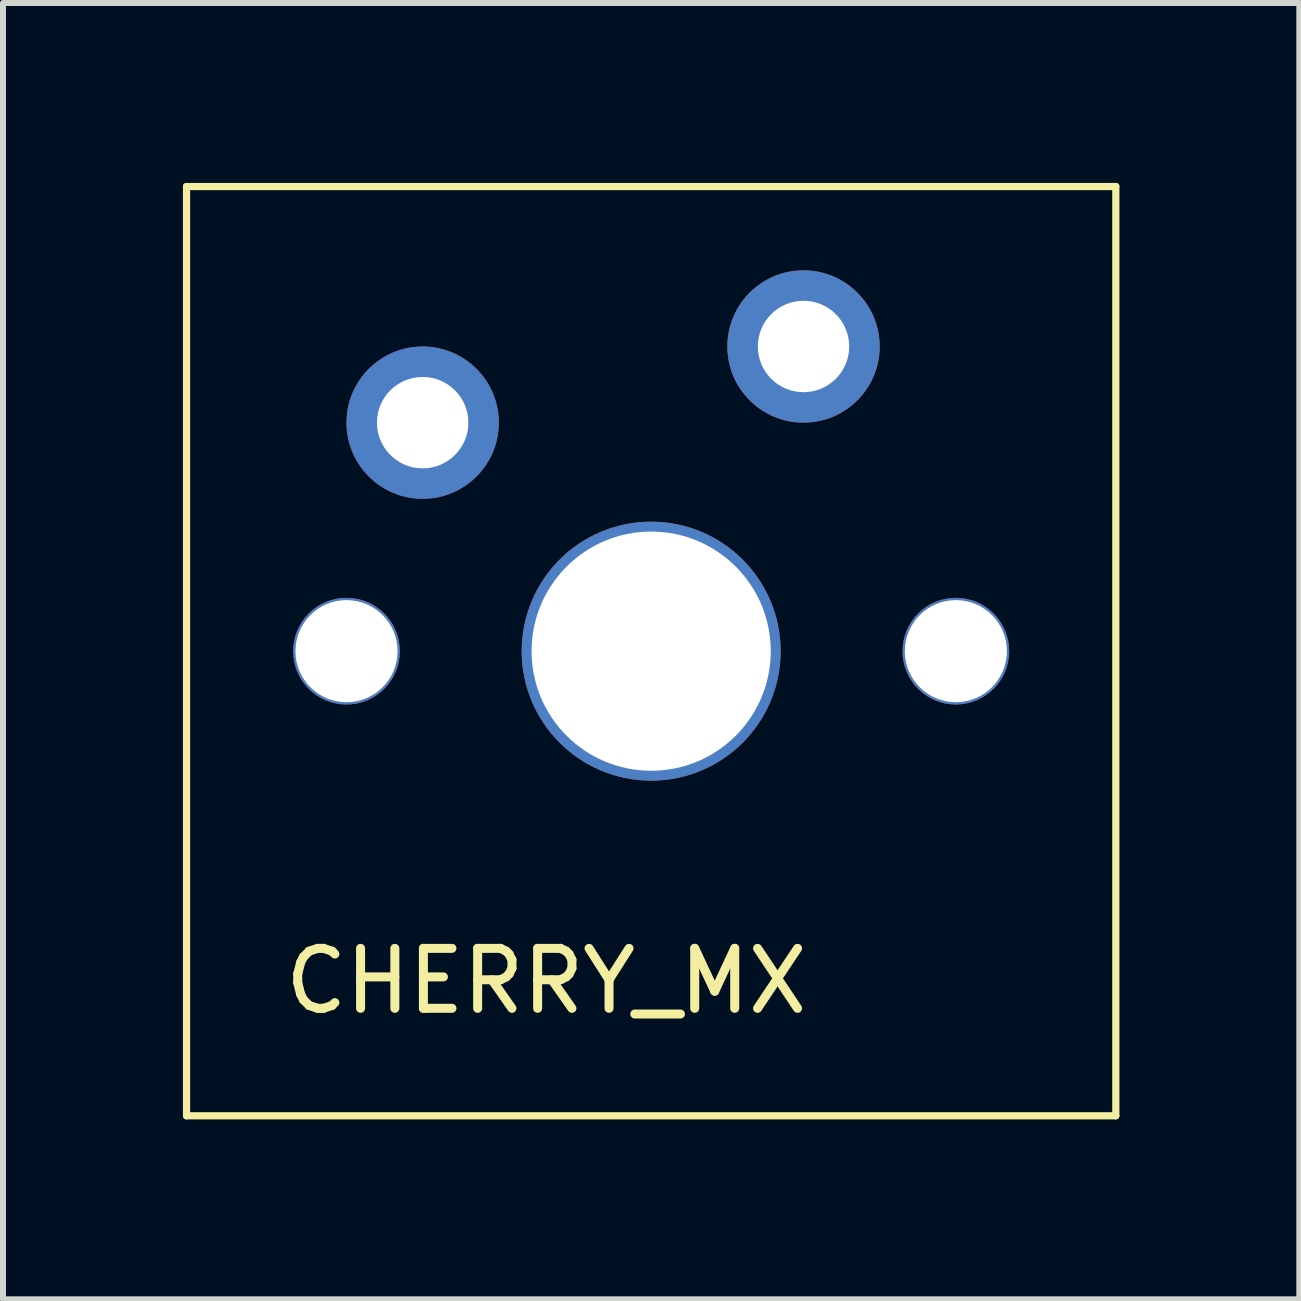
<source format=kicad_pcb>
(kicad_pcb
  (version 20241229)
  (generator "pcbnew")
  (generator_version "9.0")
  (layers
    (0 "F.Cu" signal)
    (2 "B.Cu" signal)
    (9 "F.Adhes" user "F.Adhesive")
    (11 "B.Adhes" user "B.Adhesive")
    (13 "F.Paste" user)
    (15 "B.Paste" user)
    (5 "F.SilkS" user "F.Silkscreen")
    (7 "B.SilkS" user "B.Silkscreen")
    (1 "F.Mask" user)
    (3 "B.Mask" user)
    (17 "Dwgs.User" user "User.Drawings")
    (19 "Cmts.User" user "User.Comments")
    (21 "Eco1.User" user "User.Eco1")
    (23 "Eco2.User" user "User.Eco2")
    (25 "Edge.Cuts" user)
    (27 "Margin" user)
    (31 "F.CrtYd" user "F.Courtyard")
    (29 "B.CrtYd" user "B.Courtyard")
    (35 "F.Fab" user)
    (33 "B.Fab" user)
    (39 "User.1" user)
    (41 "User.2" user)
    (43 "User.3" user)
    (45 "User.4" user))
  (footprint "CHERRY_MX"
    (layer "F.Cu")
    (at 7.807 7.807)
    (property "Reference" "CHERRY_MX" (at -1.75 5.5 0) (layer "F.SilkS") (effects (font (size 1 1) (thickness 0.15))))
    (attr through_hole)
    (fp_line (start -7.747 -7.747) (end -7.747 7.747) (stroke (width 0.12) (type solid)) (layer "F.SilkS"))
    (fp_line (start -7.747 7.747) (end 7.747 7.747) (stroke (width 0.12) (type solid)) (layer "F.SilkS"))
    (fp_line (start 7.747 -7.747) (end -7.747 -7.747) (stroke (width 0.12) (type solid)) (layer "F.SilkS"))
    (fp_line (start 7.747 7.747) (end 7.747 -7.747) (stroke (width 0.12) (type solid)) (layer "F.SilkS"))
    (pad "" np_thru_hole circle (at -5.08 0) (size 1.778 1.778) (drill 1.702) (layers "*.Cu" "*.Mask"))
    (pad "" np_thru_hole circle (at 0 0) (size 4.318 4.318) (drill 3.988) (layers "*.Cu" "*.Mask"))
    (pad "" np_thru_hole circle (at 5.08 0) (size 1.778 1.778) (drill 1.702) (layers "*.Cu" "*.Mask"))
    (pad "1" thru_hole circle (at 2.54 -5.08) (size 2.54 2.54) (drill 1.524) (layers "*.Cu" "*.Mask"))
    (pad "2" thru_hole circle (at -3.81 -3.81) (size 2.54 2.54) (drill 1.524) (layers "*.Cu" "*.Mask")))
  (gr_rect
    (start -3 -3)
    (end 18.614 18.614)
    (stroke (width 0.1) (type default))
    (fill no)
    (layer "Edge.Cuts")))
</source>
